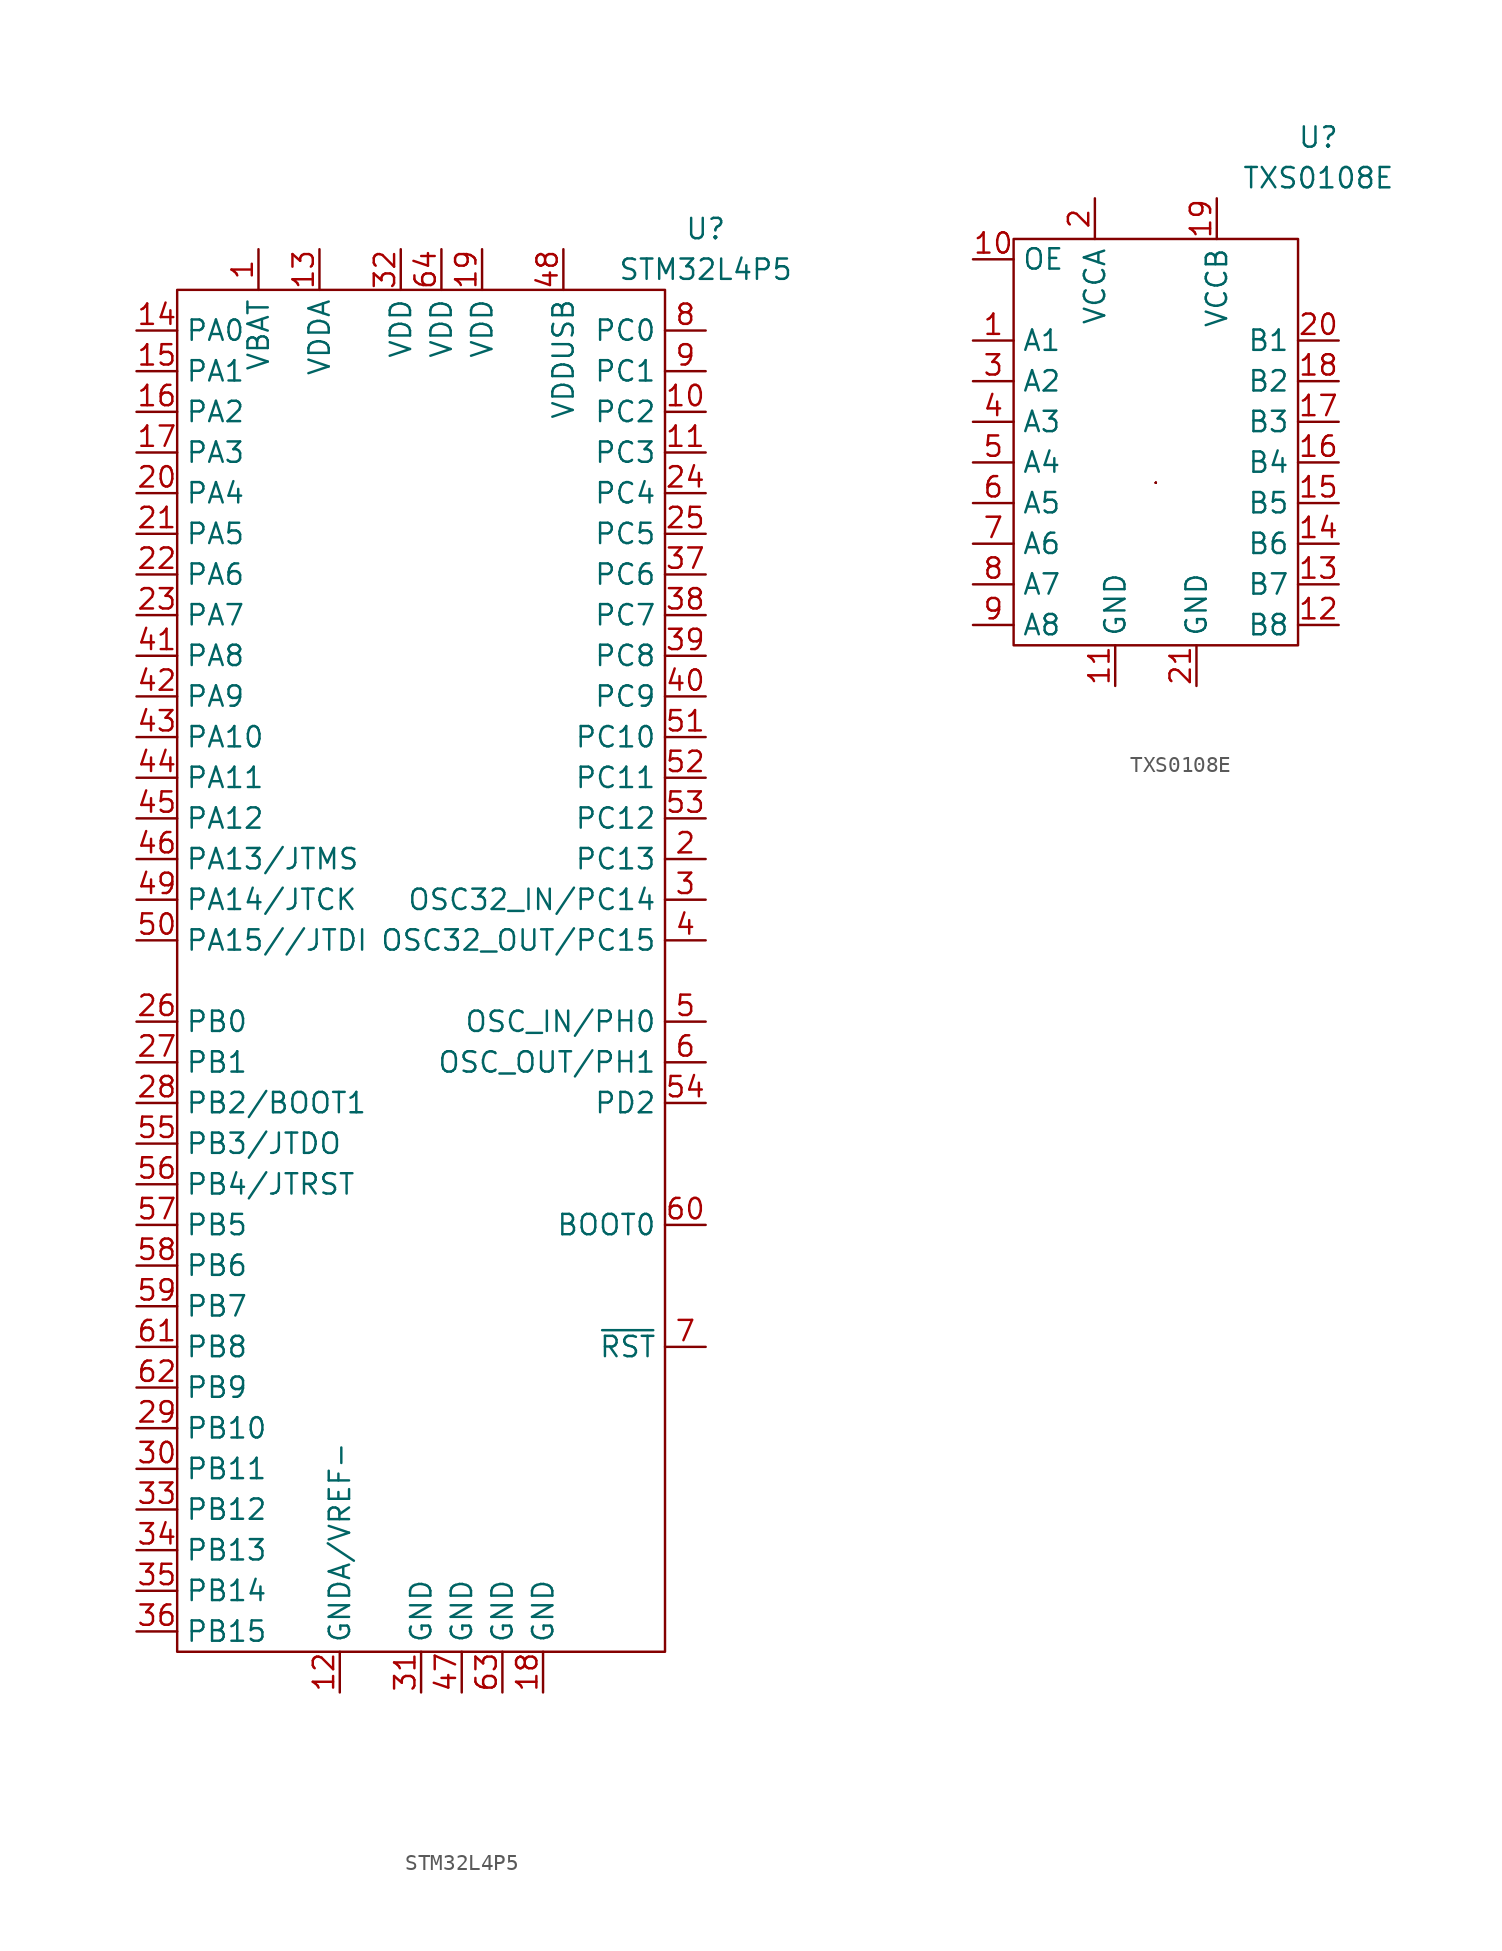
<source format=kicad_sym>
(kicad_symbol_lib
  (version 20211014)
  (generator kicad_symbol_editor)
  (symbol "STM32L4P5"
    (property "Reference" "U"
      (at 20.32 44.45 0)
      (effects (font (size 1.27 1.27))))
    (property "Value" "STM32L4P5"
      (at 20.32 41.91 0)
      (effects (font (size 1.27 1.27))))
    (symbol "STM32L4P5_0_1"
      (rectangle (start -12.7 40.64) (end 17.78 -44.45) (stroke (width 0.152) (type default) (color 0 0 0 0)) (fill (type none))))
    (symbol "STM32L4P5_1_1"
      (pin power_in line (at -7.62 43.18 270) (length 2.54) (name "VBAT" (effects (font (size 1.27 1.27)))) (number "1" (effects (font (size 1.27 1.27)))))
      (pin bidirectional line (at 20.32 33.02 180) (length 2.54) (name "PC2" (effects (font (size 1.27 1.27)))) (number "10" (effects (font (size 1.27 1.27)))))
      (pin bidirectional line (at 20.32 30.48 180) (length 2.54) (name "PC3" (effects (font (size 1.27 1.27)))) (number "11" (effects (font (size 1.27 1.27)))))
      (pin power_in line (at -2.54 -46.99 90) (length 2.54) (name "GNDA/VREF-" (effects (font (size 1.27 1.27)))) (number "12" (effects (font (size 1.27 1.27)))))
      (pin power_in line (at -3.81 43.18 270) (length 2.54) (name "VDDA" (effects (font (size 1.27 1.27)))) (number "13" (effects (font (size 1.27 1.27)))))
      (pin bidirectional line (at -15.24 38.1 0) (length 2.54) (name "PA0" (effects (font (size 1.27 1.27)))) (number "14" (effects (font (size 1.27 1.27)))))
      (pin bidirectional line (at -15.24 35.56 0) (length 2.54) (name "PA1" (effects (font (size 1.27 1.27)))) (number "15" (effects (font (size 1.27 1.27)))))
      (pin bidirectional line (at -15.24 33.02 0) (length 2.54) (name "PA2" (effects (font (size 1.27 1.27)))) (number "16" (effects (font (size 1.27 1.27)))))
      (pin bidirectional line (at -15.24 30.48 0) (length 2.54) (name "PA3" (effects (font (size 1.27 1.27)))) (number "17" (effects (font (size 1.27 1.27)))))
      (pin power_in line (at 10.16 -46.99 90) (length 2.54) (name "GND" (effects (font (size 1.27 1.27)))) (number "18" (effects (font (size 1.27 1.27)))))
      (pin power_in line (at 6.35 43.18 270) (length 2.54) (name "VDD" (effects (font (size 1.27 1.27)))) (number "19" (effects (font (size 1.27 1.27)))))
      (pin bidirectional line (at 20.32 5.08 180) (length 2.54) (name "PC13" (effects (font (size 1.27 1.27)))) (number "2" (effects (font (size 1.27 1.27)))))
      (pin bidirectional line (at -15.24 27.94 0) (length 2.54) (name "PA4" (effects (font (size 1.27 1.27)))) (number "20" (effects (font (size 1.27 1.27)))))
      (pin bidirectional line (at -15.24 25.4 0) (length 2.54) (name "PA5" (effects (font (size 1.27 1.27)))) (number "21" (effects (font (size 1.27 1.27)))))
      (pin bidirectional line (at -15.24 22.86 0) (length 2.54) (name "PA6" (effects (font (size 1.27 1.27)))) (number "22" (effects (font (size 1.27 1.27)))))
      (pin bidirectional line (at -15.24 20.32 0) (length 2.54) (name "PA7" (effects (font (size 1.27 1.27)))) (number "23" (effects (font (size 1.27 1.27)))))
      (pin bidirectional line (at 20.32 27.94 180) (length 2.54) (name "PC4" (effects (font (size 1.27 1.27)))) (number "24" (effects (font (size 1.27 1.27)))))
      (pin bidirectional line (at 20.32 25.4 180) (length 2.54) (name "PC5" (effects (font (size 1.27 1.27)))) (number "25" (effects (font (size 1.27 1.27)))))
      (pin bidirectional line (at -15.24 -5.08 0) (length 2.54) (name "PB0" (effects (font (size 1.27 1.27)))) (number "26" (effects (font (size 1.27 1.27)))))
      (pin bidirectional line (at -15.24 -7.62 0) (length 2.54) (name "PB1" (effects (font (size 1.27 1.27)))) (number "27" (effects (font (size 1.27 1.27)))))
      (pin bidirectional line (at -15.24 -10.16 0) (length 2.54) (name "PB2/BOOT1" (effects (font (size 1.27 1.27)))) (number "28" (effects (font (size 1.27 1.27)))))
      (pin bidirectional line (at -15.24 -30.48 0) (length 2.54) (name "PB10" (effects (font (size 1.27 1.27)))) (number "29" (effects (font (size 1.27 1.27)))))
      (pin bidirectional line (at 20.32 2.54 180) (length 2.54) (name "OSC32_IN/PC14" (effects (font (size 1.27 1.27)))) (number "3" (effects (font (size 1.27 1.27)))))
      (pin bidirectional line (at -15.24 -33.02 0) (length 2.54) (name "PB11" (effects (font (size 1.27 1.27)))) (number "30" (effects (font (size 1.27 1.27)))))
      (pin power_in line (at 2.54 -46.99 90) (length 2.54) (name "GND" (effects (font (size 1.27 1.27)))) (number "31" (effects (font (size 1.27 1.27)))))
      (pin power_in line (at 1.27 43.18 270) (length 2.54) (name "VDD" (effects (font (size 1.27 1.27)))) (number "32" (effects (font (size 1.27 1.27)))))
      (pin bidirectional line (at -15.24 -35.56 0) (length 2.54) (name "PB12" (effects (font (size 1.27 1.27)))) (number "33" (effects (font (size 1.27 1.27)))))
      (pin bidirectional line (at -15.24 -38.1 0) (length 2.54) (name "PB13" (effects (font (size 1.27 1.27)))) (number "34" (effects (font (size 1.27 1.27)))))
      (pin bidirectional line (at -15.24 -40.64 0) (length 2.54) (name "PB14" (effects (font (size 1.27 1.27)))) (number "35" (effects (font (size 1.27 1.27)))))
      (pin bidirectional line (at -15.24 -43.18 0) (length 2.54) (name "PB15" (effects (font (size 1.27 1.27)))) (number "36" (effects (font (size 1.27 1.27)))))
      (pin bidirectional line (at 20.32 22.86 180) (length 2.54) (name "PC6" (effects (font (size 1.27 1.27)))) (number "37" (effects (font (size 1.27 1.27)))))
      (pin bidirectional line (at 20.32 20.32 180) (length 2.54) (name "PC7" (effects (font (size 1.27 1.27)))) (number "38" (effects (font (size 1.27 1.27)))))
      (pin bidirectional line (at 20.32 17.78 180) (length 2.54) (name "PC8" (effects (font (size 1.27 1.27)))) (number "39" (effects (font (size 1.27 1.27)))))
      (pin bidirectional line (at 20.32 0 180) (length 2.54) (name "OSC32_OUT/PC15" (effects (font (size 1.27 1.27)))) (number "4" (effects (font (size 1.27 1.27)))))
      (pin bidirectional line (at 20.32 15.24 180) (length 2.54) (name "PC9" (effects (font (size 1.27 1.27)))) (number "40" (effects (font (size 1.27 1.27)))))
      (pin bidirectional line (at -15.24 17.78 0) (length 2.54) (name "PA8" (effects (font (size 1.27 1.27)))) (number "41" (effects (font (size 1.27 1.27)))))
      (pin bidirectional line (at -15.24 15.24 0) (length 2.54) (name "PA9" (effects (font (size 1.27 1.27)))) (number "42" (effects (font (size 1.27 1.27)))))
      (pin bidirectional line (at -15.24 12.7 0) (length 2.54) (name "PA10" (effects (font (size 1.27 1.27)))) (number "43" (effects (font (size 1.27 1.27)))))
      (pin bidirectional line (at -15.24 10.16 0) (length 2.54) (name "PA11" (effects (font (size 1.27 1.27)))) (number "44" (effects (font (size 1.27 1.27)))))
      (pin bidirectional line (at -15.24 7.62 0) (length 2.54) (name "PA12" (effects (font (size 1.27 1.27)))) (number "45" (effects (font (size 1.27 1.27)))))
      (pin bidirectional line (at -15.24 5.08 0) (length 2.54) (name "PA13/JTMS" (effects (font (size 1.27 1.27)))) (number "46" (effects (font (size 1.27 1.27)))))
      (pin power_in line (at 5.08 -46.99 90) (length 2.54) (name "GND" (effects (font (size 1.27 1.27)))) (number "47" (effects (font (size 1.27 1.27)))))
      (pin power_in line (at 11.43 43.18 270) (length 2.54) (name "VDDUSB" (effects (font (size 1.27 1.27)))) (number "48" (effects (font (size 1.27 1.27)))))
      (pin bidirectional line (at -15.24 2.54 0) (length 2.54) (name "PA14/JTCK" (effects (font (size 1.27 1.27)))) (number "49" (effects (font (size 1.27 1.27)))))
      (pin bidirectional line (at 20.32 -5.08 180) (length 2.54) (name "OSC_IN/PH0" (effects (font (size 1.27 1.27)))) (number "5" (effects (font (size 1.27 1.27)))))
      (pin bidirectional line (at -15.24 0 0) (length 2.54) (name "PA15//JTDI" (effects (font (size 1.27 1.27)))) (number "50" (effects (font (size 1.27 1.27)))))
      (pin bidirectional line (at 20.32 12.7 180) (length 2.54) (name "PC10" (effects (font (size 1.27 1.27)))) (number "51" (effects (font (size 1.27 1.27)))))
      (pin bidirectional line (at 20.32 10.16 180) (length 2.54) (name "PC11" (effects (font (size 1.27 1.27)))) (number "52" (effects (font (size 1.27 1.27)))))
      (pin bidirectional line (at 20.32 7.62 180) (length 2.54) (name "PC12" (effects (font (size 1.27 1.27)))) (number "53" (effects (font (size 1.27 1.27)))))
      (pin bidirectional line (at 20.32 -10.16 180) (length 2.54) (name "PD2" (effects (font (size 1.27 1.27)))) (number "54" (effects (font (size 1.27 1.27)))))
      (pin bidirectional line (at -15.24 -12.7 0) (length 2.54) (name "PB3/JTDO" (effects (font (size 1.27 1.27)))) (number "55" (effects (font (size 1.27 1.27)))))
      (pin bidirectional line (at -15.24 -15.24 0) (length 2.54) (name "PB4/JTRST" (effects (font (size 1.27 1.27)))) (number "56" (effects (font (size 1.27 1.27)))))
      (pin bidirectional line (at -15.24 -17.78 0) (length 2.54) (name "PB5" (effects (font (size 1.27 1.27)))) (number "57" (effects (font (size 1.27 1.27)))))
      (pin bidirectional line (at -15.24 -20.32 0) (length 2.54) (name "PB6" (effects (font (size 1.27 1.27)))) (number "58" (effects (font (size 1.27 1.27)))))
      (pin bidirectional line (at -15.24 -22.86 0) (length 2.54) (name "PB7" (effects (font (size 1.27 1.27)))) (number "59" (effects (font (size 1.27 1.27)))))
      (pin bidirectional line (at 20.32 -7.62 180) (length 2.54) (name "OSC_OUT/PH1" (effects (font (size 1.27 1.27)))) (number "6" (effects (font (size 1.27 1.27)))))
      (pin power_in line (at 20.32 -17.78 180) (length 2.54) (name "BOOT0" (effects (font (size 1.27 1.27)))) (number "60" (effects (font (size 1.27 1.27)))))
      (pin bidirectional line (at -15.24 -25.4 0) (length 2.54) (name "PB8" (effects (font (size 1.27 1.27)))) (number "61" (effects (font (size 1.27 1.27)))))
      (pin bidirectional line (at -15.24 -27.94 0) (length 2.54) (name "PB9" (effects (font (size 1.27 1.27)))) (number "62" (effects (font (size 1.27 1.27)))))
      (pin power_in line (at 7.62 -46.99 90) (length 2.54) (name "GND" (effects (font (size 1.27 1.27)))) (number "63" (effects (font (size 1.27 1.27)))))
      (pin power_in line (at 3.81 43.18 270) (length 2.54) (name "VDD" (effects (font (size 1.27 1.27)))) (number "64" (effects (font (size 1.27 1.27)))))
      (pin input line (at 20.32 -25.4 180) (length 2.54) (name "~{RST}" (effects (font (size 1.27 1.27)))) (number "7" (effects (font (size 1.27 1.27)))))
      (pin bidirectional line (at 20.32 38.1 180) (length 2.54) (name "PC0" (effects (font (size 1.27 1.27)))) (number "8" (effects (font (size 1.27 1.27)))))
      (pin bidirectional line (at 20.32 35.56 180) (length 2.54) (name "PC1" (effects (font (size 1.27 1.27)))) (number "9" (effects (font (size 1.27 1.27)))))))
  (symbol "TXS0108E"
    (property "Reference" "U"
      (at 10.16 19.05 0)
      (effects (font (size 1.27 1.27))))
    (property "Value" "TXS0108E"
      (at 10.16 16.51 0)
      (effects (font (size 1.27 1.27))))
    (symbol "TXS0108E_0_1"
      (rectangle (start -8.89 12.7) (end 8.89 -12.7) (stroke (width 0.152) (type default) (color 0 0 0 0)) (fill (type none)))
      (rectangle (start 0 -2.54) (end 0 -2.54) (stroke (width 0.152) (type default) (color 0 0 0 0)) (fill (type none)))
      (rectangle (start 0 -2.54) (end 0 -2.54) (stroke (width 0.152) (type default) (color 0 0 0 0)) (fill (type none)))
      (rectangle (start 0 -2.54) (end 0 -2.54) (stroke (width 0.152) (type default) (color 0 0 0 0)) (fill (type none)))
      (rectangle (start 0 -2.54) (end 0 -2.54) (stroke (width 0.152) (type default) (color 0 0 0 0)) (fill (type none)))
      (polyline (pts (xy 0 -2.54) (xy 0 -2.54)) (stroke (width 0.152) (type default) (color 0 0 0 0)) (fill (type none))))
    (symbol "TXS0108E_1_1"
      (pin bidirectional line (at -11.43 6.35 0) (length 2.54) (name "A1" (effects (font (size 1.27 1.27)))) (number "1" (effects (font (size 1.27 1.27)))))
      (pin input line (at -11.43 11.43 0) (length 2.54) (name "OE" (effects (font (size 1.27 1.27)))) (number "10" (effects (font (size 1.27 1.27)))))
      (pin power_in line (at -2.54 -15.24 90) (length 2.54) (name "GND" (effects (font (size 1.27 1.27)))) (number "11" (effects (font (size 1.27 1.27)))))
      (pin bidirectional line (at 11.43 -11.43 180) (length 2.54) (name "B8" (effects (font (size 1.27 1.27)))) (number "12" (effects (font (size 1.27 1.27)))))
      (pin bidirectional line (at 11.43 -8.89 180) (length 2.54) (name "B7" (effects (font (size 1.27 1.27)))) (number "13" (effects (font (size 1.27 1.27)))))
      (pin bidirectional line (at 11.43 -6.35 180) (length 2.54) (name "B6" (effects (font (size 1.27 1.27)))) (number "14" (effects (font (size 1.27 1.27)))))
      (pin bidirectional line (at 11.43 -3.81 180) (length 2.54) (name "B5" (effects (font (size 1.27 1.27)))) (number "15" (effects (font (size 1.27 1.27)))))
      (pin bidirectional line (at 11.43 -1.27 180) (length 2.54) (name "B4" (effects (font (size 1.27 1.27)))) (number "16" (effects (font (size 1.27 1.27)))))
      (pin bidirectional line (at 11.43 1.27 180) (length 2.54) (name "B3" (effects (font (size 1.27 1.27)))) (number "17" (effects (font (size 1.27 1.27)))))
      (pin bidirectional line (at 11.43 3.81 180) (length 2.54) (name "B2" (effects (font (size 1.27 1.27)))) (number "18" (effects (font (size 1.27 1.27)))))
      (pin power_in line (at 3.81 15.24 270) (length 2.54) (name "VCCB" (effects (font (size 1.27 1.27)))) (number "19" (effects (font (size 1.27 1.27)))))
      (pin power_in line (at -3.81 15.24 270) (length 2.54) (name "VCCA" (effects (font (size 1.27 1.27)))) (number "2" (effects (font (size 1.27 1.27)))))
      (pin bidirectional line (at 11.43 6.35 180) (length 2.54) (name "B1" (effects (font (size 1.27 1.27)))) (number "20" (effects (font (size 1.27 1.27)))))
      (pin power_in line (at 2.54 -15.24 90) (length 2.54) (name "GND" (effects (font (size 1.27 1.27)))) (number "21" (effects (font (size 1.27 1.27)))))
      (pin bidirectional line (at -11.43 3.81 0) (length 2.54) (name "A2" (effects (font (size 1.27 1.27)))) (number "3" (effects (font (size 1.27 1.27)))))
      (pin bidirectional line (at -11.43 1.27 0) (length 2.54) (name "A3" (effects (font (size 1.27 1.27)))) (number "4" (effects (font (size 1.27 1.27)))))
      (pin bidirectional line (at -11.43 -1.27 0) (length 2.54) (name "A4" (effects (font (size 1.27 1.27)))) (number "5" (effects (font (size 1.27 1.27)))))
      (pin bidirectional line (at -11.43 -3.81 0) (length 2.54) (name "A5" (effects (font (size 1.27 1.27)))) (number "6" (effects (font (size 1.27 1.27)))))
      (pin bidirectional line (at -11.43 -6.35 0) (length 2.54) (name "A6" (effects (font (size 1.27 1.27)))) (number "7" (effects (font (size 1.27 1.27)))))
      (pin bidirectional line (at -11.43 -8.89 0) (length 2.54) (name "A7" (effects (font (size 1.27 1.27)))) (number "8" (effects (font (size 1.27 1.27)))))
      (pin bidirectional line (at -11.43 -11.43 0) (length 2.54) (name "A8" (effects (font (size 1.27 1.27)))) (number "9" (effects (font (size 1.27 1.27))))))))
</source>
